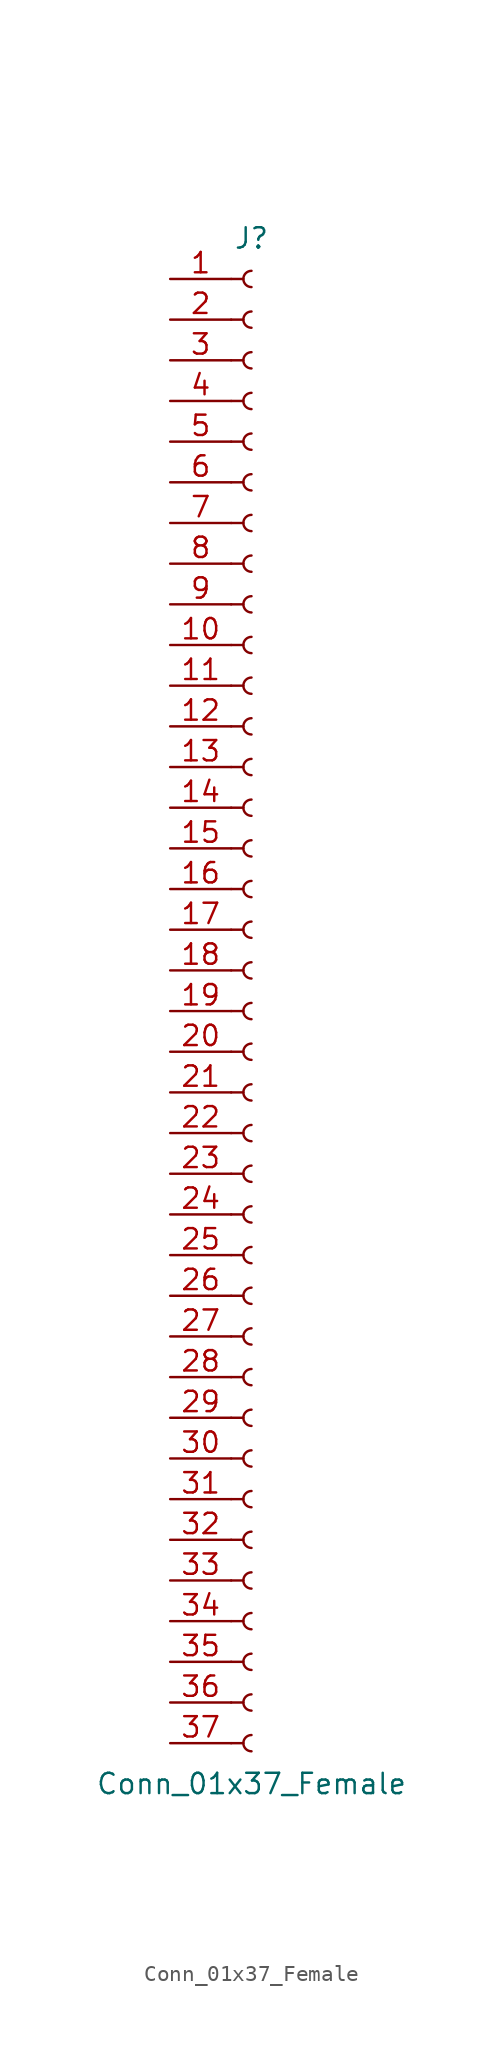
<source format=kicad_sym>
(kicad_symbol_lib
  (version 20201005)
  (generator kicad_symbol_editor)
  (symbol "Connector:Conn_01x37_Female"
    (pin_names
      (offset 1.016) hide)
    (property "Reference" "J"
      (at 0 48.26 0)
      (effects (font (size 1.27 1.27))))
    (property "Value" "Conn_01x37_Female"
      (at 0 -48.26 0)
      (effects (font (size 1.27 1.27))))
    (symbol "Conn_01x37_Female_1_1"
      (arc (start 0 -45.212) (end 0 -46.228) (radius (at 0 -45.72) (length 0.508) (angles 90.1 -90.1)) (stroke (width 0.1524)) (fill (type none)))
      (arc (start 0 -42.672) (end 0 -43.688) (radius (at 0 -43.18) (length 0.508) (angles 90.1 -90.1)) (stroke (width 0.1524)) (fill (type none)))
      (arc (start 0 -40.132) (end 0 -41.148) (radius (at 0 -40.64) (length 0.508) (angles 90.1 -90.1)) (stroke (width 0.1524)) (fill (type none)))
      (arc (start 0 -37.592) (end 0 -38.608) (radius (at 0 -38.1) (length 0.508) (angles 90.1 -90.1)) (stroke (width 0.1524)) (fill (type none)))
      (arc (start 0 -35.052) (end 0 -36.068) (radius (at 0 -35.56) (length 0.508) (angles 90.1 -90.1)) (stroke (width 0.1524)) (fill (type none)))
      (arc (start 0 -32.512) (end 0 -33.528) (radius (at 0 -33.02) (length 0.508) (angles 90.1 -90.1)) (stroke (width 0.1524)) (fill (type none)))
      (arc (start 0 -29.972) (end 0 -30.988) (radius (at 0 -30.48) (length 0.508) (angles 90.1 -90.1)) (stroke (width 0.1524)) (fill (type none)))
      (arc (start 0 -27.432) (end 0 -28.448) (radius (at 0 -27.94) (length 0.508) (angles 90.1 -90.1)) (stroke (width 0.1524)) (fill (type none)))
      (arc (start 0 -24.892) (end 0 -25.908) (radius (at 0 -25.4) (length 0.508) (angles 90.1 -90.1)) (stroke (width 0.1524)) (fill (type none)))
      (arc (start 0 -22.352) (end 0 -23.368) (radius (at 0 -22.86) (length 0.508) (angles 90.1 -90.1)) (stroke (width 0.1524)) (fill (type none)))
      (arc (start 0 -19.812) (end 0 -20.828) (radius (at 0 -20.32) (length 0.508) (angles 90.1 -90.1)) (stroke (width 0.1524)) (fill (type none)))
      (arc (start 0 -17.272) (end 0 -18.288) (radius (at 0 -17.78) (length 0.508) (angles 90.1 -90.1)) (stroke (width 0.1524)) (fill (type none)))
      (arc (start 0 -14.732) (end 0 -15.748) (radius (at 0 -15.24) (length 0.508) (angles 90.1 -90.1)) (stroke (width 0.1524)) (fill (type none)))
      (arc (start 0 -12.192) (end 0 -13.208) (radius (at 0 -12.7) (length 0.508) (angles 90.1 -90.1)) (stroke (width 0.1524)) (fill (type none)))
      (arc (start 0 -9.652) (end 0 -10.668) (radius (at 0 -10.16) (length 0.508) (angles 90.1 -90.1)) (stroke (width 0.1524)) (fill (type none)))
      (arc (start 0 -7.112) (end 0 -8.128) (radius (at 0 -7.62) (length 0.508) (angles 90.1 -90.1)) (stroke (width 0.1524)) (fill (type none)))
      (arc (start 0 -4.572) (end 0 -5.588) (radius (at 0 -5.08) (length 0.508) (angles 90.1 -90.1)) (stroke (width 0.1524)) (fill (type none)))
      (arc (start 0 -2.032) (end 0 -3.048) (radius (at 0 -2.54) (length 0.508) (angles 90.1 -90.1)) (stroke (width 0.1524)) (fill (type none)))
      (arc (start 0 0.508) (end 0 -0.508) (radius (at 0 0) (length 0.508) (angles 90.1 -90.1)) (stroke (width 0.1524)) (fill (type none)))
      (arc (start 0 3.048) (end 0 2.032) (radius (at 0 2.54) (length 0.508) (angles 90.1 -90.1)) (stroke (width 0.1524)) (fill (type none)))
      (arc (start 0 5.588) (end 0 4.572) (radius (at 0 5.08) (length 0.508) (angles 90.1 -90.1)) (stroke (width 0.1524)) (fill (type none)))
      (arc (start 0 8.128) (end 0 7.112) (radius (at 0 7.62) (length 0.508) (angles 90.1 -90.1)) (stroke (width 0.1524)) (fill (type none)))
      (arc (start 0 10.668) (end 0 9.652) (radius (at 0 10.16) (length 0.508) (angles 90.1 -90.1)) (stroke (width 0.1524)) (fill (type none)))
      (arc (start 0 13.208) (end 0 12.192) (radius (at 0 12.7) (length 0.508) (angles 90.1 -90.1)) (stroke (width 0.1524)) (fill (type none)))
      (arc (start 0 15.748) (end 0 14.732) (radius (at 0 15.24) (length 0.508) (angles 90.1 -90.1)) (stroke (width 0.1524)) (fill (type none)))
      (arc (start 0 18.288) (end 0 17.272) (radius (at 0 17.78) (length 0.508) (angles 90.1 -90.1)) (stroke (width 0.1524)) (fill (type none)))
      (arc (start 0 20.828) (end 0 19.812) (radius (at 0 20.32) (length 0.508) (angles 90.1 -90.1)) (stroke (width 0.1524)) (fill (type none)))
      (arc (start 0 23.368) (end 0 22.352) (radius (at 0 22.86) (length 0.508) (angles 90.1 -90.1)) (stroke (width 0.1524)) (fill (type none)))
      (arc (start 0 25.908) (end 0 24.892) (radius (at 0 25.4) (length 0.508) (angles 90.1 -90.1)) (stroke (width 0.1524)) (fill (type none)))
      (arc (start 0 28.448) (end 0 27.432) (radius (at 0 27.94) (length 0.508) (angles 90.1 -90.1)) (stroke (width 0.1524)) (fill (type none)))
      (arc (start 0 30.988) (end 0 29.972) (radius (at 0 30.48) (length 0.508) (angles 90.1 -90.1)) (stroke (width 0.1524)) (fill (type none)))
      (arc (start 0 33.528) (end 0 32.512) (radius (at 0 33.02) (length 0.508) (angles 90.1 -90.1)) (stroke (width 0.1524)) (fill (type none)))
      (arc (start 0 36.068) (end 0 35.052) (radius (at 0 35.56) (length 0.508) (angles 90.1 -90.1)) (stroke (width 0.1524)) (fill (type none)))
      (arc (start 0 38.608) (end 0 37.592) (radius (at 0 38.1) (length 0.508) (angles 90.1 -90.1)) (stroke (width 0.1524)) (fill (type none)))
      (arc (start 0 41.148) (end 0 40.132) (radius (at 0 40.64) (length 0.508) (angles 90.1 -90.1)) (stroke (width 0.1524)) (fill (type none)))
      (arc (start 0 43.688) (end 0 42.672) (radius (at 0 43.18) (length 0.508) (angles 90.1 -90.1)) (stroke (width 0.1524)) (fill (type none)))
      (arc (start 0 46.228) (end 0 45.212) (radius (at 0 45.72) (length 0.508) (angles 90.1 -90.1)) (stroke (width 0.1524)) (fill (type none)))
      (polyline (pts (xy -1.27 -45.72) (xy -0.508 -45.72)) (stroke (width 0.152)) (fill (type none)))
      (polyline (pts (xy -1.27 -43.18) (xy -0.508 -43.18)) (stroke (width 0.152)) (fill (type none)))
      (polyline (pts (xy -1.27 -40.64) (xy -0.508 -40.64)) (stroke (width 0.152)) (fill (type none)))
      (polyline (pts (xy -1.27 -38.1) (xy -0.508 -38.1)) (stroke (width 0.152)) (fill (type none)))
      (polyline (pts (xy -1.27 -35.56) (xy -0.508 -35.56)) (stroke (width 0.152)) (fill (type none)))
      (polyline (pts (xy -1.27 -33.02) (xy -0.508 -33.02)) (stroke (width 0.152)) (fill (type none)))
      (polyline (pts (xy -1.27 -30.48) (xy -0.508 -30.48)) (stroke (width 0.152)) (fill (type none)))
      (polyline (pts (xy -1.27 -27.94) (xy -0.508 -27.94)) (stroke (width 0.152)) (fill (type none)))
      (polyline (pts (xy -1.27 -25.4) (xy -0.508 -25.4)) (stroke (width 0.152)) (fill (type none)))
      (polyline (pts (xy -1.27 -22.86) (xy -0.508 -22.86)) (stroke (width 0.152)) (fill (type none)))
      (polyline (pts (xy -1.27 -20.32) (xy -0.508 -20.32)) (stroke (width 0.152)) (fill (type none)))
      (polyline (pts (xy -1.27 -17.78) (xy -0.508 -17.78)) (stroke (width 0.152)) (fill (type none)))
      (polyline (pts (xy -1.27 -15.24) (xy -0.508 -15.24)) (stroke (width 0.152)) (fill (type none)))
      (polyline (pts (xy -1.27 -12.7) (xy -0.508 -12.7)) (stroke (width 0.152)) (fill (type none)))
      (polyline (pts (xy -1.27 -10.16) (xy -0.508 -10.16)) (stroke (width 0.152)) (fill (type none)))
      (polyline (pts (xy -1.27 -7.62) (xy -0.508 -7.62)) (stroke (width 0.152)) (fill (type none)))
      (polyline (pts (xy -1.27 -5.08) (xy -0.508 -5.08)) (stroke (width 0.152)) (fill (type none)))
      (polyline (pts (xy -1.27 -2.54) (xy -0.508 -2.54)) (stroke (width 0.152)) (fill (type none)))
      (polyline (pts (xy -1.27 0) (xy -0.508 0)) (stroke (width 0.152)) (fill (type none)))
      (polyline (pts (xy -1.27 2.54) (xy -0.508 2.54)) (stroke (width 0.152)) (fill (type none)))
      (polyline (pts (xy -1.27 5.08) (xy -0.508 5.08)) (stroke (width 0.152)) (fill (type none)))
      (polyline (pts (xy -1.27 7.62) (xy -0.508 7.62)) (stroke (width 0.152)) (fill (type none)))
      (polyline (pts (xy -1.27 10.16) (xy -0.508 10.16)) (stroke (width 0.152)) (fill (type none)))
      (polyline (pts (xy -1.27 12.7) (xy -0.508 12.7)) (stroke (width 0.152)) (fill (type none)))
      (polyline (pts (xy -1.27 15.24) (xy -0.508 15.24)) (stroke (width 0.152)) (fill (type none)))
      (polyline (pts (xy -1.27 17.78) (xy -0.508 17.78)) (stroke (width 0.152)) (fill (type none)))
      (polyline (pts (xy -1.27 20.32) (xy -0.508 20.32)) (stroke (width 0.152)) (fill (type none)))
      (polyline (pts (xy -1.27 22.86) (xy -0.508 22.86)) (stroke (width 0.152)) (fill (type none)))
      (polyline (pts (xy -1.27 25.4) (xy -0.508 25.4)) (stroke (width 0.152)) (fill (type none)))
      (polyline (pts (xy -1.27 27.94) (xy -0.508 27.94)) (stroke (width 0.152)) (fill (type none)))
      (polyline (pts (xy -1.27 30.48) (xy -0.508 30.48)) (stroke (width 0.152)) (fill (type none)))
      (polyline (pts (xy -1.27 33.02) (xy -0.508 33.02)) (stroke (width 0.152)) (fill (type none)))
      (polyline (pts (xy -1.27 35.56) (xy -0.508 35.56)) (stroke (width 0.152)) (fill (type none)))
      (polyline (pts (xy -1.27 38.1) (xy -0.508 38.1)) (stroke (width 0.152)) (fill (type none)))
      (polyline (pts (xy -1.27 40.64) (xy -0.508 40.64)) (stroke (width 0.152)) (fill (type none)))
      (polyline (pts (xy -1.27 43.18) (xy -0.508 43.18)) (stroke (width 0.152)) (fill (type none)))
      (polyline (pts (xy -1.27 45.72) (xy -0.508 45.72)) (stroke (width 0.152)) (fill (type none)))
      (pin passive line (at -5.08 45.72 0) (length 3.81) (name "Pin_1" (effects (font (size 1.27 1.27)))) (number "1" (effects (font (size 1.27 1.27)))))
      (pin passive line (at -5.08 22.86 0) (length 3.81) (name "Pin_10" (effects (font (size 1.27 1.27)))) (number "10" (effects (font (size 1.27 1.27)))))
      (pin passive line (at -5.08 20.32 0) (length 3.81) (name "Pin_11" (effects (font (size 1.27 1.27)))) (number "11" (effects (font (size 1.27 1.27)))))
      (pin passive line (at -5.08 17.78 0) (length 3.81) (name "Pin_12" (effects (font (size 1.27 1.27)))) (number "12" (effects (font (size 1.27 1.27)))))
      (pin passive line (at -5.08 15.24 0) (length 3.81) (name "Pin_13" (effects (font (size 1.27 1.27)))) (number "13" (effects (font (size 1.27 1.27)))))
      (pin passive line (at -5.08 12.7 0) (length 3.81) (name "Pin_14" (effects (font (size 1.27 1.27)))) (number "14" (effects (font (size 1.27 1.27)))))
      (pin passive line (at -5.08 10.16 0) (length 3.81) (name "Pin_15" (effects (font (size 1.27 1.27)))) (number "15" (effects (font (size 1.27 1.27)))))
      (pin passive line (at -5.08 7.62 0) (length 3.81) (name "Pin_16" (effects (font (size 1.27 1.27)))) (number "16" (effects (font (size 1.27 1.27)))))
      (pin passive line (at -5.08 5.08 0) (length 3.81) (name "Pin_17" (effects (font (size 1.27 1.27)))) (number "17" (effects (font (size 1.27 1.27)))))
      (pin passive line (at -5.08 2.54 0) (length 3.81) (name "Pin_18" (effects (font (size 1.27 1.27)))) (number "18" (effects (font (size 1.27 1.27)))))
      (pin passive line (at -5.08 0 0) (length 3.81) (name "Pin_19" (effects (font (size 1.27 1.27)))) (number "19" (effects (font (size 1.27 1.27)))))
      (pin passive line (at -5.08 43.18 0) (length 3.81) (name "Pin_2" (effects (font (size 1.27 1.27)))) (number "2" (effects (font (size 1.27 1.27)))))
      (pin passive line (at -5.08 -2.54 0) (length 3.81) (name "Pin_20" (effects (font (size 1.27 1.27)))) (number "20" (effects (font (size 1.27 1.27)))))
      (pin passive line (at -5.08 -5.08 0) (length 3.81) (name "Pin_21" (effects (font (size 1.27 1.27)))) (number "21" (effects (font (size 1.27 1.27)))))
      (pin passive line (at -5.08 -7.62 0) (length 3.81) (name "Pin_22" (effects (font (size 1.27 1.27)))) (number "22" (effects (font (size 1.27 1.27)))))
      (pin passive line (at -5.08 -10.16 0) (length 3.81) (name "Pin_23" (effects (font (size 1.27 1.27)))) (number "23" (effects (font (size 1.27 1.27)))))
      (pin passive line (at -5.08 -12.7 0) (length 3.81) (name "Pin_24" (effects (font (size 1.27 1.27)))) (number "24" (effects (font (size 1.27 1.27)))))
      (pin passive line (at -5.08 -15.24 0) (length 3.81) (name "Pin_25" (effects (font (size 1.27 1.27)))) (number "25" (effects (font (size 1.27 1.27)))))
      (pin passive line (at -5.08 -17.78 0) (length 3.81) (name "Pin_26" (effects (font (size 1.27 1.27)))) (number "26" (effects (font (size 1.27 1.27)))))
      (pin passive line (at -5.08 -20.32 0) (length 3.81) (name "Pin_27" (effects (font (size 1.27 1.27)))) (number "27" (effects (font (size 1.27 1.27)))))
      (pin passive line (at -5.08 -22.86 0) (length 3.81) (name "Pin_28" (effects (font (size 1.27 1.27)))) (number "28" (effects (font (size 1.27 1.27)))))
      (pin passive line (at -5.08 -25.4 0) (length 3.81) (name "Pin_29" (effects (font (size 1.27 1.27)))) (number "29" (effects (font (size 1.27 1.27)))))
      (pin passive line (at -5.08 40.64 0) (length 3.81) (name "Pin_3" (effects (font (size 1.27 1.27)))) (number "3" (effects (font (size 1.27 1.27)))))
      (pin passive line (at -5.08 -27.94 0) (length 3.81) (name "Pin_30" (effects (font (size 1.27 1.27)))) (number "30" (effects (font (size 1.27 1.27)))))
      (pin passive line (at -5.08 -30.48 0) (length 3.81) (name "Pin_31" (effects (font (size 1.27 1.27)))) (number "31" (effects (font (size 1.27 1.27)))))
      (pin passive line (at -5.08 -33.02 0) (length 3.81) (name "Pin_32" (effects (font (size 1.27 1.27)))) (number "32" (effects (font (size 1.27 1.27)))))
      (pin passive line (at -5.08 -35.56 0) (length 3.81) (name "Pin_33" (effects (font (size 1.27 1.27)))) (number "33" (effects (font (size 1.27 1.27)))))
      (pin passive line (at -5.08 -38.1 0) (length 3.81) (name "Pin_34" (effects (font (size 1.27 1.27)))) (number "34" (effects (font (size 1.27 1.27)))))
      (pin passive line (at -5.08 -40.64 0) (length 3.81) (name "Pin_35" (effects (font (size 1.27 1.27)))) (number "35" (effects (font (size 1.27 1.27)))))
      (pin passive line (at -5.08 -43.18 0) (length 3.81) (name "Pin_36" (effects (font (size 1.27 1.27)))) (number "36" (effects (font (size 1.27 1.27)))))
      (pin passive line (at -5.08 -45.72 0) (length 3.81) (name "Pin_37" (effects (font (size 1.27 1.27)))) (number "37" (effects (font (size 1.27 1.27)))))
      (pin passive line (at -5.08 38.1 0) (length 3.81) (name "Pin_4" (effects (font (size 1.27 1.27)))) (number "4" (effects (font (size 1.27 1.27)))))
      (pin passive line (at -5.08 35.56 0) (length 3.81) (name "Pin_5" (effects (font (size 1.27 1.27)))) (number "5" (effects (font (size 1.27 1.27)))))
      (pin passive line (at -5.08 33.02 0) (length 3.81) (name "Pin_6" (effects (font (size 1.27 1.27)))) (number "6" (effects (font (size 1.27 1.27)))))
      (pin passive line (at -5.08 30.48 0) (length 3.81) (name "Pin_7" (effects (font (size 1.27 1.27)))) (number "7" (effects (font (size 1.27 1.27)))))
      (pin passive line (at -5.08 27.94 0) (length 3.81) (name "Pin_8" (effects (font (size 1.27 1.27)))) (number "8" (effects (font (size 1.27 1.27)))))
      (pin passive line (at -5.08 25.4 0) (length 3.81) (name "Pin_9" (effects (font (size 1.27 1.27)))) (number "9" (effects (font (size 1.27 1.27))))))))
</source>
